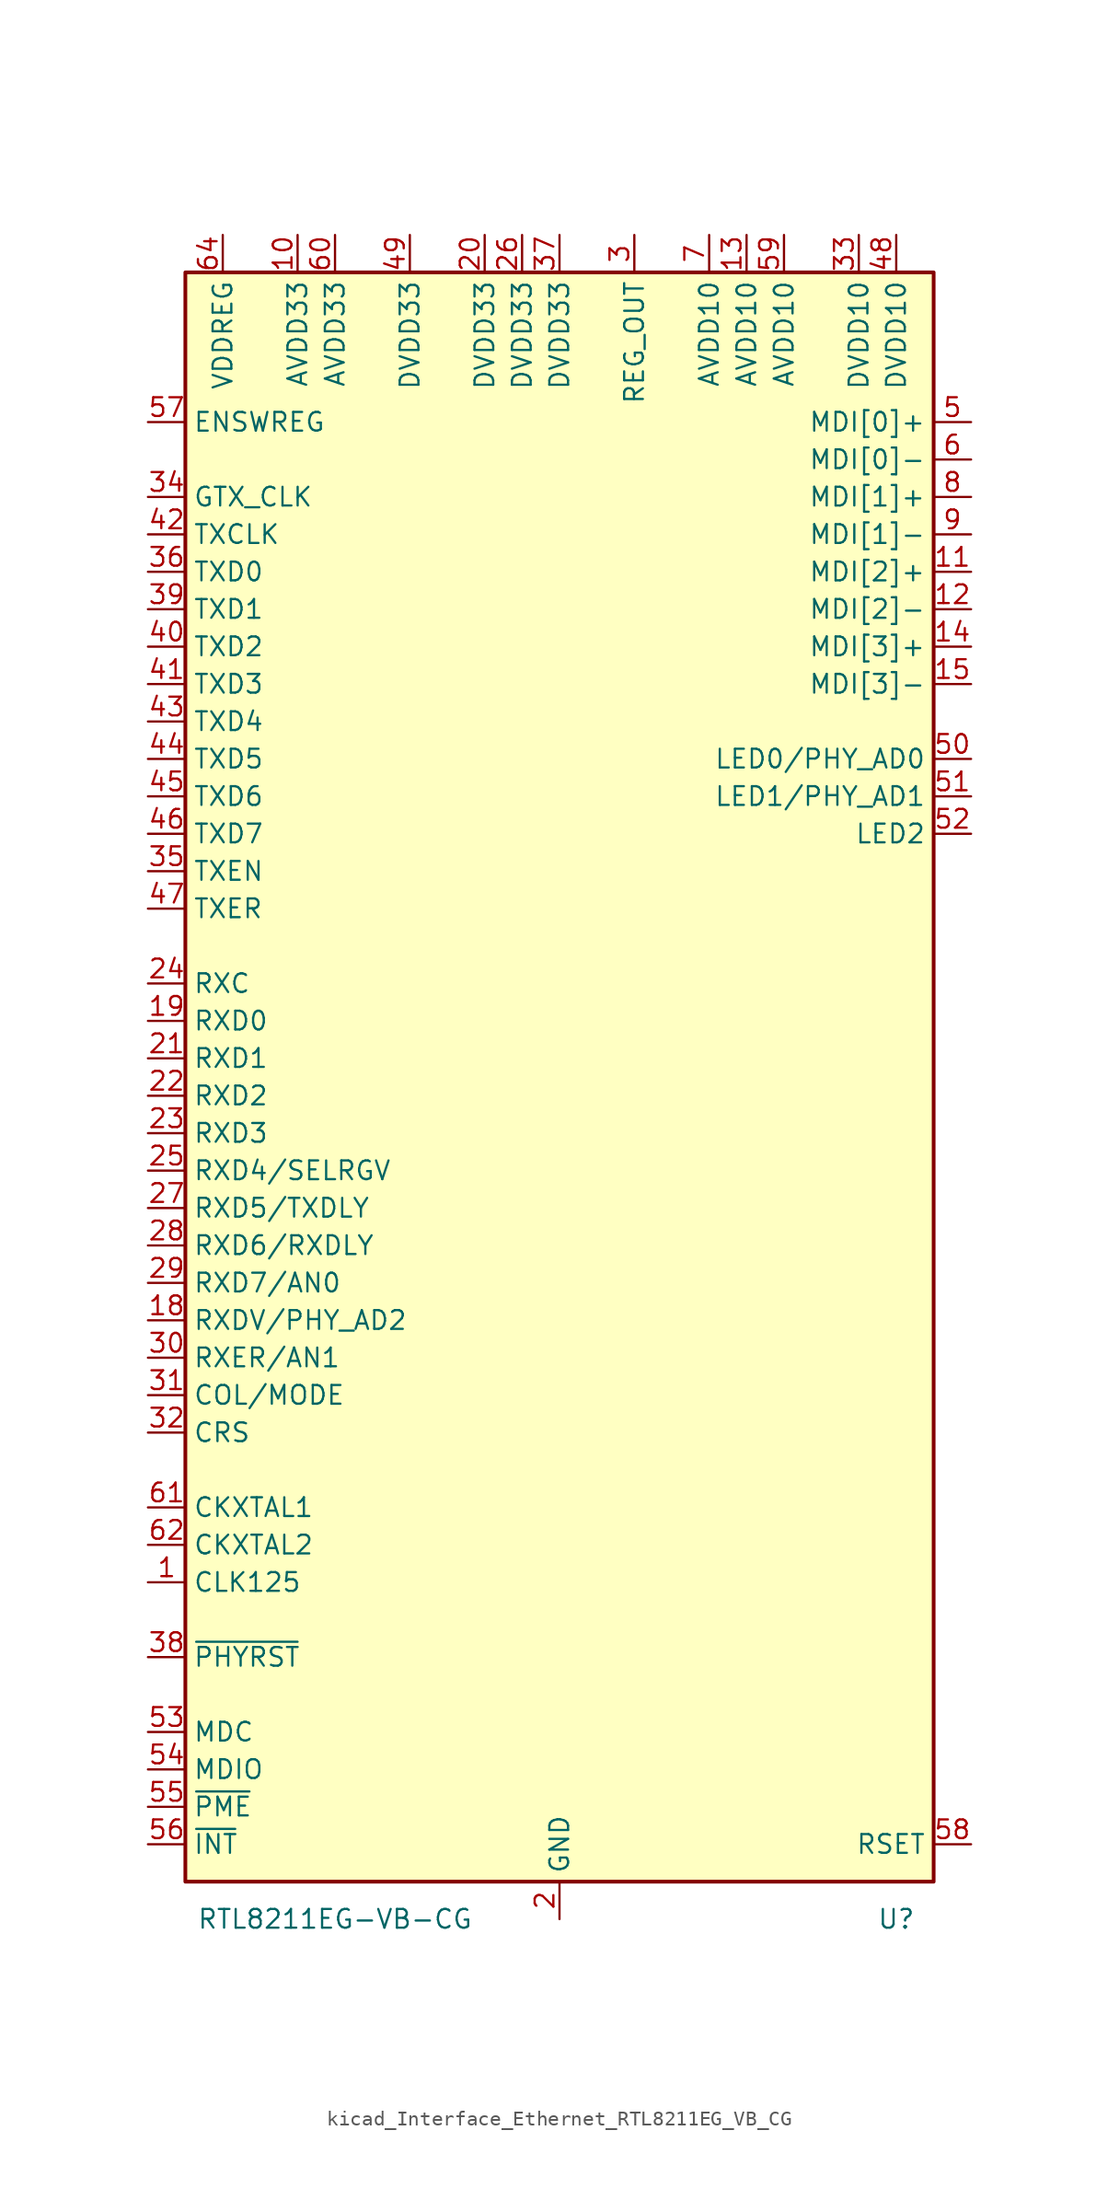
<source format=kicad_sym>
(kicad_symbol_lib
  (version 20220914)
  (generator kicad_symbol_editor)
  (symbol "kicad_Interface_Ethernet_RTL8211EG_VB_CG"
    (property "Reference" "U"
      (at 22.86 -58.42 0)
      (effects (font (size 1.27 1.27))))
    (property "Value" "RTL8211EG-VB-CG"
      (at -15.24 -58.42 0)
      (effects (font (size 1.27 1.27))))
    (symbol "kicad_Interface_Ethernet_RTL8211EG_VB_CG_0_1"
      (rectangle (start -25.4 53.34) (end 25.4 -55.88) (stroke (width 0.254) (type default)) (fill (type background))))
    (symbol "kicad_Interface_Ethernet_RTL8211EG_VB_CG_1_1"
      (pin output line (at -27.94 -35.56 0) (length 2.54) (name "CLK125" (effects (font (size 1.27 1.27)))) (number "1" (effects (font (size 1.27 1.27)))))
      (pin power_in line (at -17.78 55.88 270) (length 2.54) (name "AVDD33" (effects (font (size 1.27 1.27)))) (number "10" (effects (font (size 1.27 1.27)))))
      (pin bidirectional line (at 27.94 33.02 180) (length 2.54) (name "MDI[2]+" (effects (font (size 1.27 1.27)))) (number "11" (effects (font (size 1.27 1.27)))))
      (pin bidirectional line (at 27.94 30.48 180) (length 2.54) (name "MDI[2]-" (effects (font (size 1.27 1.27)))) (number "12" (effects (font (size 1.27 1.27)))))
      (pin power_in line (at 12.7 55.88 270) (length 2.54) (name "AVDD10" (effects (font (size 1.27 1.27)))) (number "13" (effects (font (size 1.27 1.27)))))
      (pin bidirectional line (at 27.94 27.94 180) (length 2.54) (name "MDI[3]+" (effects (font (size 1.27 1.27)))) (number "14" (effects (font (size 1.27 1.27)))))
      (pin bidirectional line (at 27.94 25.4 180) (length 2.54) (name "MDI[3]-" (effects (font (size 1.27 1.27)))) (number "15" (effects (font (size 1.27 1.27)))))
      (pin no_connect line (at 25.4 5.08 180) (length 2.54) hide (name "NC" (effects (font (size 1.27 1.27)))) (number "16" (effects (font (size 1.27 1.27)))))
      (pin no_connect line (at 25.4 2.54 180) (length 2.54) hide (name "NC" (effects (font (size 1.27 1.27)))) (number "17" (effects (font (size 1.27 1.27)))))
      (pin bidirectional line (at -27.94 -17.78 0) (length 2.54) (name "RXDV/PHY_AD2" (effects (font (size 1.27 1.27)))) (number "18" (effects (font (size 1.27 1.27)))))
      (pin output line (at -27.94 2.54 0) (length 2.54) (name "RXD0" (effects (font (size 1.27 1.27)))) (number "19" (effects (font (size 1.27 1.27)))))
      (pin power_in line (at 0 -58.42 90) (length 2.54) (name "GND" (effects (font (size 1.27 1.27)))) (number "2" (effects (font (size 1.27 1.27)))))
      (pin power_in line (at -5.08 55.88 270) (length 2.54) (name "DVDD33" (effects (font (size 1.27 1.27)))) (number "20" (effects (font (size 1.27 1.27)))))
      (pin output line (at -27.94 0 0) (length 2.54) (name "RXD1" (effects (font (size 1.27 1.27)))) (number "21" (effects (font (size 1.27 1.27)))))
      (pin output line (at -27.94 -2.54 0) (length 2.54) (name "RXD2" (effects (font (size 1.27 1.27)))) (number "22" (effects (font (size 1.27 1.27)))))
      (pin output line (at -27.94 -5.08 0) (length 2.54) (name "RXD3" (effects (font (size 1.27 1.27)))) (number "23" (effects (font (size 1.27 1.27)))))
      (pin output line (at -27.94 5.08 0) (length 2.54) (name "RXC" (effects (font (size 1.27 1.27)))) (number "24" (effects (font (size 1.27 1.27)))))
      (pin bidirectional line (at -27.94 -7.62 0) (length 2.54) (name "RXD4/SELRGV" (effects (font (size 1.27 1.27)))) (number "25" (effects (font (size 1.27 1.27)))))
      (pin power_in line (at -2.54 55.88 270) (length 2.54) (name "DVDD33" (effects (font (size 1.27 1.27)))) (number "26" (effects (font (size 1.27 1.27)))))
      (pin bidirectional line (at -27.94 -10.16 0) (length 2.54) (name "RXD5/TXDLY" (effects (font (size 1.27 1.27)))) (number "27" (effects (font (size 1.27 1.27)))))
      (pin bidirectional line (at -27.94 -12.7 0) (length 2.54) (name "RXD6/RXDLY" (effects (font (size 1.27 1.27)))) (number "28" (effects (font (size 1.27 1.27)))))
      (pin bidirectional line (at -27.94 -15.24 0) (length 2.54) (name "RXD7/AN0" (effects (font (size 1.27 1.27)))) (number "29" (effects (font (size 1.27 1.27)))))
      (pin power_out line (at 5.08 55.88 270) (length 2.54) (name "REG_OUT" (effects (font (size 1.27 1.27)))) (number "3" (effects (font (size 1.27 1.27)))))
      (pin bidirectional line (at -27.94 -20.32 0) (length 2.54) (name "RXER/AN1" (effects (font (size 1.27 1.27)))) (number "30" (effects (font (size 1.27 1.27)))))
      (pin bidirectional line (at -27.94 -22.86 0) (length 2.54) (name "COL/MODE" (effects (font (size 1.27 1.27)))) (number "31" (effects (font (size 1.27 1.27)))))
      (pin output line (at -27.94 -25.4 0) (length 2.54) (name "CRS" (effects (font (size 1.27 1.27)))) (number "32" (effects (font (size 1.27 1.27)))))
      (pin power_in line (at 20.32 55.88 270) (length 2.54) (name "DVDD10" (effects (font (size 1.27 1.27)))) (number "33" (effects (font (size 1.27 1.27)))))
      (pin input line (at -27.94 38.1 0) (length 2.54) (name "GTX_CLK" (effects (font (size 1.27 1.27)))) (number "34" (effects (font (size 1.27 1.27)))))
      (pin input line (at -27.94 12.7 0) (length 2.54) (name "TXEN" (effects (font (size 1.27 1.27)))) (number "35" (effects (font (size 1.27 1.27)))))
      (pin input line (at -27.94 33.02 0) (length 2.54) (name "TXD0" (effects (font (size 1.27 1.27)))) (number "36" (effects (font (size 1.27 1.27)))))
      (pin power_in line (at 0 55.88 270) (length 2.54) (name "DVDD33" (effects (font (size 1.27 1.27)))) (number "37" (effects (font (size 1.27 1.27)))))
      (pin input line (at -27.94 -40.64 0) (length 2.54) (name "~{PHYRST}" (effects (font (size 1.27 1.27)))) (number "38" (effects (font (size 1.27 1.27)))))
      (pin input line (at -27.94 30.48 0) (length 2.54) (name "TXD1" (effects (font (size 1.27 1.27)))) (number "39" (effects (font (size 1.27 1.27)))))
      (pin passive line (at 0 -58.42 90) (length 2.54) hide (name "GND" (effects (font (size 1.27 1.27)))) (number "4" (effects (font (size 1.27 1.27)))))
      (pin input line (at -27.94 27.94 0) (length 2.54) (name "TXD2" (effects (font (size 1.27 1.27)))) (number "40" (effects (font (size 1.27 1.27)))))
      (pin input line (at -27.94 25.4 0) (length 2.54) (name "TXD3" (effects (font (size 1.27 1.27)))) (number "41" (effects (font (size 1.27 1.27)))))
      (pin output line (at -27.94 35.56 0) (length 2.54) (name "TXCLK" (effects (font (size 1.27 1.27)))) (number "42" (effects (font (size 1.27 1.27)))))
      (pin input line (at -27.94 22.86 0) (length 2.54) (name "TXD4" (effects (font (size 1.27 1.27)))) (number "43" (effects (font (size 1.27 1.27)))))
      (pin input line (at -27.94 20.32 0) (length 2.54) (name "TXD5" (effects (font (size 1.27 1.27)))) (number "44" (effects (font (size 1.27 1.27)))))
      (pin input line (at -27.94 17.78 0) (length 2.54) (name "TXD6" (effects (font (size 1.27 1.27)))) (number "45" (effects (font (size 1.27 1.27)))))
      (pin input line (at -27.94 15.24 0) (length 2.54) (name "TXD7" (effects (font (size 1.27 1.27)))) (number "46" (effects (font (size 1.27 1.27)))))
      (pin input line (at -27.94 10.16 0) (length 2.54) (name "TXER" (effects (font (size 1.27 1.27)))) (number "47" (effects (font (size 1.27 1.27)))))
      (pin power_in line (at 22.86 55.88 270) (length 2.54) (name "DVDD10" (effects (font (size 1.27 1.27)))) (number "48" (effects (font (size 1.27 1.27)))))
      (pin power_in line (at -10.16 55.88 270) (length 2.54) (name "DVDD33" (effects (font (size 1.27 1.27)))) (number "49" (effects (font (size 1.27 1.27)))))
      (pin bidirectional line (at 27.94 43.18 180) (length 2.54) (name "MDI[0]+" (effects (font (size 1.27 1.27)))) (number "5" (effects (font (size 1.27 1.27)))))
      (pin bidirectional line (at 27.94 20.32 180) (length 2.54) (name "LED0/PHY_AD0" (effects (font (size 1.27 1.27)))) (number "50" (effects (font (size 1.27 1.27)))))
      (pin bidirectional line (at 27.94 17.78 180) (length 2.54) (name "LED1/PHY_AD1" (effects (font (size 1.27 1.27)))) (number "51" (effects (font (size 1.27 1.27)))))
      (pin bidirectional line (at 27.94 15.24 180) (length 2.54) (name "LED2" (effects (font (size 1.27 1.27)))) (number "52" (effects (font (size 1.27 1.27)))))
      (pin input line (at -27.94 -45.72 0) (length 2.54) (name "MDC" (effects (font (size 1.27 1.27)))) (number "53" (effects (font (size 1.27 1.27)))))
      (pin bidirectional line (at -27.94 -48.26 0) (length 2.54) (name "MDIO" (effects (font (size 1.27 1.27)))) (number "54" (effects (font (size 1.27 1.27)))))
      (pin open_collector line (at -27.94 -50.8 0) (length 2.54) (name "~{PME}" (effects (font (size 1.27 1.27)))) (number "55" (effects (font (size 1.27 1.27)))))
      (pin open_collector line (at -27.94 -53.34 0) (length 2.54) (name "~{INT}" (effects (font (size 1.27 1.27)))) (number "56" (effects (font (size 1.27 1.27)))))
      (pin input line (at -27.94 43.18 0) (length 2.54) (name "ENSWREG" (effects (font (size 1.27 1.27)))) (number "57" (effects (font (size 1.27 1.27)))))
      (pin passive line (at 27.94 -53.34 180) (length 2.54) (name "RSET" (effects (font (size 1.27 1.27)))) (number "58" (effects (font (size 1.27 1.27)))))
      (pin power_in line (at 15.24 55.88 270) (length 2.54) (name "AVDD10" (effects (font (size 1.27 1.27)))) (number "59" (effects (font (size 1.27 1.27)))))
      (pin bidirectional line (at 27.94 40.64 180) (length 2.54) (name "MDI[0]-" (effects (font (size 1.27 1.27)))) (number "6" (effects (font (size 1.27 1.27)))))
      (pin power_in line (at -15.24 55.88 270) (length 2.54) (name "AVDD33" (effects (font (size 1.27 1.27)))) (number "60" (effects (font (size 1.27 1.27)))))
      (pin input line (at -27.94 -30.48 0) (length 2.54) (name "CKXTAL1" (effects (font (size 1.27 1.27)))) (number "61" (effects (font (size 1.27 1.27)))))
      (pin output line (at -27.94 -33.02 0) (length 2.54) (name "CKXTAL2" (effects (font (size 1.27 1.27)))) (number "62" (effects (font (size 1.27 1.27)))))
      (pin passive line (at 0 -58.42 90) (length 2.54) hide (name "GND" (effects (font (size 1.27 1.27)))) (number "63" (effects (font (size 1.27 1.27)))))
      (pin power_in line (at -22.86 55.88 270) (length 2.54) (name "VDDREG" (effects (font (size 1.27 1.27)))) (number "64" (effects (font (size 1.27 1.27)))))
      (pin passive line (at 0 -58.42 90) (length 2.54) hide (name "GND" (effects (font (size 1.27 1.27)))) (number "65" (effects (font (size 1.27 1.27)))))
      (pin power_in line (at 10.16 55.88 270) (length 2.54) (name "AVDD10" (effects (font (size 1.27 1.27)))) (number "7" (effects (font (size 1.27 1.27)))))
      (pin bidirectional line (at 27.94 38.1 180) (length 2.54) (name "MDI[1]+" (effects (font (size 1.27 1.27)))) (number "8" (effects (font (size 1.27 1.27)))))
      (pin bidirectional line (at 27.94 35.56 180) (length 2.54) (name "MDI[1]-" (effects (font (size 1.27 1.27)))) (number "9" (effects (font (size 1.27 1.27))))))))
</source>
